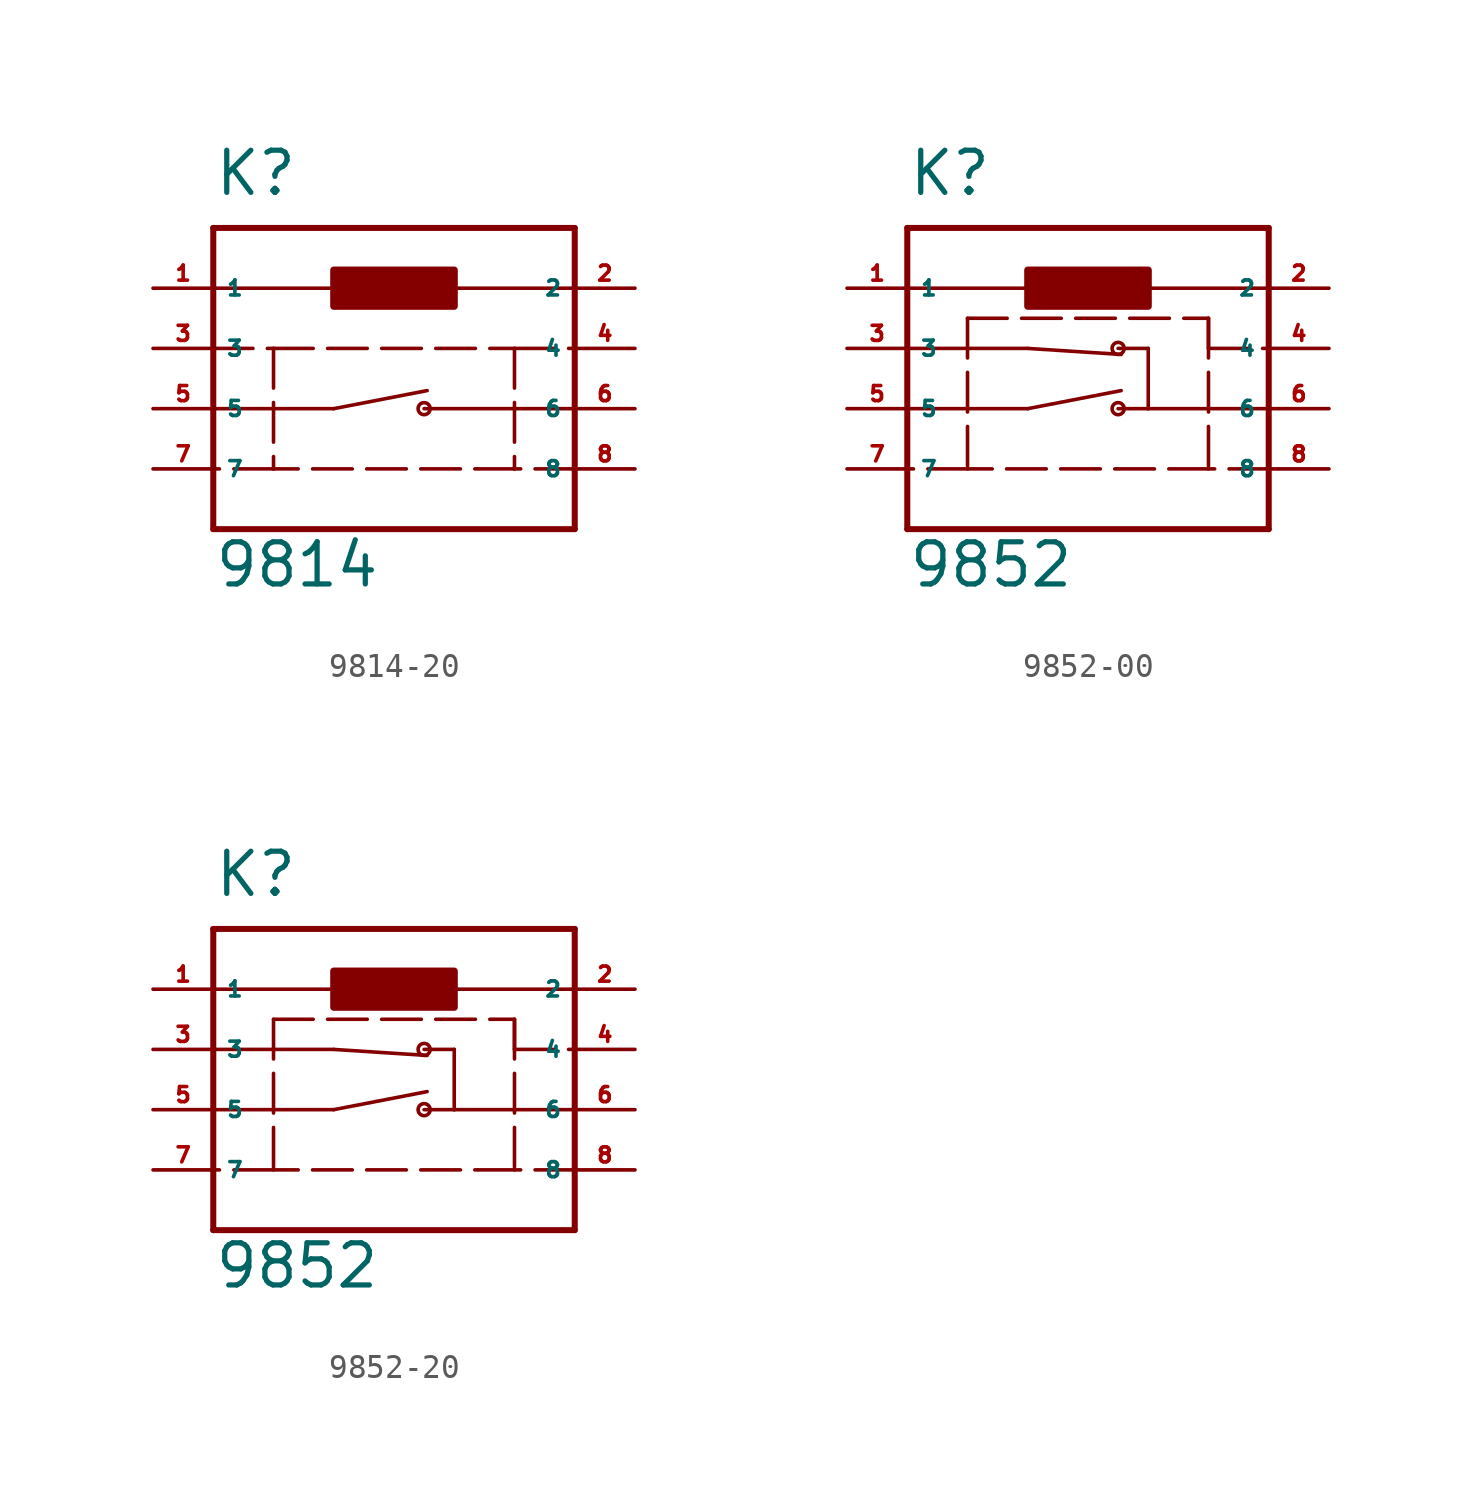
<source format=kicad_sym>
(kicad_symbol_lib
  (version 20220914)
  (generator Eagle2Kicad)
  (symbol "9814-20"
    (property "Reference" "K"
      (at -7.62 6.35 0)
      (effects (font (size 1.778 1.778) (thickness 0.22)) (justify left bottom)))
    (property "Value" "9814"
      (at -7.62 -10.16 0)
      (effects (font (size 1.778 1.778) (thickness 0.22)) (justify left bottom)))
    (polyline
      (pts (xy -7.62 2.54) (xy 7.62 2.54))
      (stroke (width 0.152) (type default))
      (fill (type none)))
    (polyline
      (pts (xy -7.62 0) (xy -5.08 0))
      (stroke (width 0.152) (type dash))
      (fill (type none)))
    (polyline
      (pts (xy -5.08 0) (xy 5.08 0))
      (stroke (width 0.152) (type dash))
      (fill (type none)))
    (polyline
      (pts (xy 5.08 0) (xy 7.62 0))
      (stroke (width 0.152) (type dash))
      (fill (type none)))
    (polyline
      (pts (xy 7.62 -5.08) (xy 5.08 -5.08))
      (stroke (width 0.152) (type dash))
      (fill (type none)))
    (polyline
      (pts (xy 5.08 -5.08) (xy -5.08 -5.08))
      (stroke (width 0.152) (type dash))
      (fill (type none)))
    (polyline
      (pts (xy -5.08 -5.08) (xy -7.62 -5.08))
      (stroke (width 0.152) (type dash))
      (fill (type none)))
    (polyline
      (pts (xy -5.08 0) (xy -5.08 -5.08))
      (stroke (width 0.152) (type dash))
      (fill (type none)))
    (polyline
      (pts (xy 5.08 0) (xy 5.08 -5.08))
      (stroke (width 0.152) (type dash))
      (fill (type none)))
    (polyline
      (pts (xy -7.62 5.08) (xy 7.62 5.08))
      (stroke (width 0.254) (type default))
      (fill (type none)))
    (polyline
      (pts (xy 7.62 5.08) (xy 7.62 -7.62))
      (stroke (width 0.254) (type default))
      (fill (type none)))
    (polyline
      (pts (xy 7.62 -7.62) (xy -7.62 -7.62))
      (stroke (width 0.254) (type default))
      (fill (type none)))
    (polyline
      (pts (xy -7.62 -7.62) (xy -7.62 5.08))
      (stroke (width 0.254) (type default))
      (fill (type none)))
    (polyline
      (pts (xy -7.62 -2.54) (xy -2.54 -2.54))
      (stroke (width 0.152) (type default))
      (fill (type none)))
    (polyline
      (pts (xy -2.54 -2.54) (xy 1.397 -1.778))
      (stroke (width 0.152) (type default))
      (fill (type none)))
    (polyline
      (pts (xy 1.27 -2.54) (xy 7.62 -2.54))
      (stroke (width 0.152) (type default))
      (fill (type none)))
    (circle
      (center 1.27 -2.54)
      (radius 0.254)
      (stroke (width 0) (type default))
      (fill (type none)))
    (rectangle
      (start -2.54 1.778)
      (end 2.54 3.302)
      (stroke (width 0.3) (type default))
      (fill (type outline)))
    (pin passive line
      (at -10.16 2.54 0)
      (length 2.54)
      (name "1" (effects (font (size 0.635 0.635) (thickness 0.08)) (justify left bottom)))
      (number "1" (effects (font (size 0.635 0.635) (thickness 0.08)) (justify left bottom))))
    (pin passive line
      (at 10.16 2.54 180)
      (length 2.54)
      (name "2" (effects (font (size 0.635 0.635) (thickness 0.08)) (justify left bottom)))
      (number "2" (effects (font (size 0.635 0.635) (thickness 0.08)) (justify left bottom))))
    (pin passive line
      (at -10.16 0 0)
      (length 2.54)
      (name "3" (effects (font (size 0.635 0.635) (thickness 0.08)) (justify left bottom)))
      (number "3" (effects (font (size 0.635 0.635) (thickness 0.08)) (justify left bottom))))
    (pin passive line
      (at 10.16 0 180)
      (length 2.54)
      (name "4" (effects (font (size 0.635 0.635) (thickness 0.08)) (justify left bottom)))
      (number "4" (effects (font (size 0.635 0.635) (thickness 0.08)) (justify left bottom))))
    (pin passive line
      (at -10.16 -2.54 0)
      (length 2.54)
      (name "5" (effects (font (size 0.635 0.635) (thickness 0.08)) (justify left bottom)))
      (number "5" (effects (font (size 0.635 0.635) (thickness 0.08)) (justify left bottom))))
    (pin passive line
      (at 10.16 -2.54 180)
      (length 2.54)
      (name "6" (effects (font (size 0.635 0.635) (thickness 0.08)) (justify left bottom)))
      (number "6" (effects (font (size 0.635 0.635) (thickness 0.08)) (justify left bottom))))
    (pin passive line
      (at -10.16 -5.08 0)
      (length 2.54)
      (name "7" (effects (font (size 0.635 0.635) (thickness 0.08)) (justify left bottom)))
      (number "7" (effects (font (size 0.635 0.635) (thickness 0.08)) (justify left bottom))))
    (pin passive line
      (at 10.16 -5.08 180)
      (length 2.54)
      (name "8" (effects (font (size 0.635 0.635) (thickness 0.08)) (justify left bottom)))
      (number "8" (effects (font (size 0.635 0.635) (thickness 0.08)) (justify left bottom)))))
  (symbol "9852-00"
    (property "Reference" "K"
      (at -7.62 6.35 0)
      (effects (font (size 1.778 1.778) (thickness 0.22)) (justify left bottom)))
    (property "Value" "9852"
      (at -7.62 -10.16 0)
      (effects (font (size 1.778 1.778) (thickness 0.22)) (justify left bottom)))
    (polyline
      (pts (xy -7.62 2.54) (xy 7.62 2.54))
      (stroke (width 0.152) (type default))
      (fill (type none)))
    (polyline
      (pts (xy -5.08 1.27) (xy 5.08 1.27))
      (stroke (width 0.152) (type dash))
      (fill (type none)))
    (polyline
      (pts (xy 5.08 1.27) (xy 5.08 0))
      (stroke (width 0.152) (type dash))
      (fill (type none)))
    (polyline
      (pts (xy 5.08 0) (xy 7.62 0))
      (stroke (width 0.152) (type dash))
      (fill (type none)))
    (polyline
      (pts (xy 7.62 -5.08) (xy 5.08 -5.08))
      (stroke (width 0.152) (type dash))
      (fill (type none)))
    (polyline
      (pts (xy 5.08 -5.08) (xy -5.08 -5.08))
      (stroke (width 0.152) (type dash))
      (fill (type none)))
    (polyline
      (pts (xy -5.08 1.27) (xy -5.08 -5.08))
      (stroke (width 0.152) (type dash))
      (fill (type none)))
    (polyline
      (pts (xy 5.08 1.27) (xy 5.08 -5.08))
      (stroke (width 0.152) (type dash))
      (fill (type none)))
    (polyline
      (pts (xy -7.62 -2.54) (xy -2.54 -2.54))
      (stroke (width 0.152) (type default))
      (fill (type none)))
    (polyline
      (pts (xy -2.54 -2.54) (xy 1.397 -1.778))
      (stroke (width 0.152) (type default))
      (fill (type none)))
    (polyline
      (pts (xy -7.62 5.08) (xy 7.62 5.08))
      (stroke (width 0.254) (type default))
      (fill (type none)))
    (polyline
      (pts (xy 7.62 5.08) (xy 7.62 -7.62))
      (stroke (width 0.254) (type default))
      (fill (type none)))
    (polyline
      (pts (xy 7.62 -7.62) (xy -7.62 -7.62))
      (stroke (width 0.254) (type default))
      (fill (type none)))
    (polyline
      (pts (xy -7.62 -7.62) (xy -7.62 -5.08))
      (stroke (width 0.254) (type default))
      (fill (type none)))
    (polyline
      (pts (xy -7.62 -5.08) (xy -7.62 0))
      (stroke (width 0.254) (type default))
      (fill (type none)))
    (polyline
      (pts (xy -7.62 0) (xy -7.62 5.08))
      (stroke (width 0.254) (type default))
      (fill (type none)))
    (polyline
      (pts (xy -7.62 0) (xy -2.54 0))
      (stroke (width 0.152) (type default))
      (fill (type none)))
    (polyline
      (pts (xy -2.54 0) (xy 1.397 -0.254))
      (stroke (width 0.152) (type default))
      (fill (type none)))
    (polyline
      (pts (xy 1.27 -2.54) (xy 2.54 -2.54))
      (stroke (width 0.152) (type default))
      (fill (type none)))
    (polyline
      (pts (xy 2.54 -2.54) (xy 7.62 -2.54))
      (stroke (width 0.152) (type default))
      (fill (type none)))
    (polyline
      (pts (xy 2.54 -2.54) (xy 2.54 0))
      (stroke (width 0.152) (type default))
      (fill (type none)))
    (polyline
      (pts (xy 2.54 0) (xy 1.27 0))
      (stroke (width 0.152) (type default))
      (fill (type none)))
    (polyline
      (pts (xy -5.08 -5.08) (xy -7.62 -5.08))
      (stroke (width 0.152) (type dash))
      (fill (type none)))
    (circle
      (center 1.27 -2.54)
      (radius 0.254)
      (stroke (width 0) (type default))
      (fill (type none)))
    (circle
      (center 1.27 0)
      (radius 0.254)
      (stroke (width 0) (type default))
      (fill (type none)))
    (rectangle
      (start -2.54 1.778)
      (end 2.54 3.302)
      (stroke (width 0.3) (type default))
      (fill (type outline)))
    (pin passive line
      (at -10.16 2.54 0)
      (length 2.54)
      (name "1" (effects (font (size 0.635 0.635) (thickness 0.08)) (justify left bottom)))
      (number "1" (effects (font (size 0.635 0.635) (thickness 0.08)) (justify left bottom))))
    (pin passive line
      (at 10.16 2.54 180)
      (length 2.54)
      (name "2" (effects (font (size 0.635 0.635) (thickness 0.08)) (justify left bottom)))
      (number "2" (effects (font (size 0.635 0.635) (thickness 0.08)) (justify left bottom))))
    (pin passive line
      (at -10.16 0 0)
      (length 2.54)
      (name "3" (effects (font (size 0.635 0.635) (thickness 0.08)) (justify left bottom)))
      (number "3" (effects (font (size 0.635 0.635) (thickness 0.08)) (justify left bottom))))
    (pin passive line
      (at 10.16 0 180)
      (length 2.54)
      (name "4" (effects (font (size 0.635 0.635) (thickness 0.08)) (justify left bottom)))
      (number "4" (effects (font (size 0.635 0.635) (thickness 0.08)) (justify left bottom))))
    (pin passive line
      (at -10.16 -2.54 0)
      (length 2.54)
      (name "5" (effects (font (size 0.635 0.635) (thickness 0.08)) (justify left bottom)))
      (number "5" (effects (font (size 0.635 0.635) (thickness 0.08)) (justify left bottom))))
    (pin passive line
      (at 10.16 -2.54 180)
      (length 2.54)
      (name "6" (effects (font (size 0.635 0.635) (thickness 0.08)) (justify left bottom)))
      (number "6" (effects (font (size 0.635 0.635) (thickness 0.08)) (justify left bottom))))
    (pin passive line
      (at -10.16 -5.08 0)
      (length 2.54)
      (name "7" (effects (font (size 0.635 0.635) (thickness 0.08)) (justify left bottom)))
      (number "7" (effects (font (size 0.635 0.635) (thickness 0.08)) (justify left bottom))))
    (pin passive line
      (at 10.16 -5.08 180)
      (length 2.54)
      (name "8" (effects (font (size 0.635 0.635) (thickness 0.08)) (justify left bottom)))
      (number "8" (effects (font (size 0.635 0.635) (thickness 0.08)) (justify left bottom)))))
  (symbol "9852-20"
    (property "Reference" "K"
      (at -7.62 6.35 0)
      (effects (font (size 1.778 1.778) (thickness 0.22)) (justify left bottom)))
    (property "Value" "9852"
      (at -7.62 -10.16 0)
      (effects (font (size 1.778 1.778) (thickness 0.22)) (justify left bottom)))
    (polyline
      (pts (xy -7.62 2.54) (xy 7.62 2.54))
      (stroke (width 0.152) (type default))
      (fill (type none)))
    (polyline
      (pts (xy -5.08 1.27) (xy 5.08 1.27))
      (stroke (width 0.152) (type dash))
      (fill (type none)))
    (polyline
      (pts (xy 5.08 1.27) (xy 5.08 0))
      (stroke (width 0.152) (type dash))
      (fill (type none)))
    (polyline
      (pts (xy 5.08 0) (xy 7.62 0))
      (stroke (width 0.152) (type dash))
      (fill (type none)))
    (polyline
      (pts (xy 7.62 -5.08) (xy 5.08 -5.08))
      (stroke (width 0.152) (type dash))
      (fill (type none)))
    (polyline
      (pts (xy 5.08 -5.08) (xy -5.08 -5.08))
      (stroke (width 0.152) (type dash))
      (fill (type none)))
    (polyline
      (pts (xy -5.08 1.27) (xy -5.08 -5.08))
      (stroke (width 0.152) (type dash))
      (fill (type none)))
    (polyline
      (pts (xy 5.08 1.27) (xy 5.08 -5.08))
      (stroke (width 0.152) (type dash))
      (fill (type none)))
    (polyline
      (pts (xy -7.62 -2.54) (xy -2.54 -2.54))
      (stroke (width 0.152) (type default))
      (fill (type none)))
    (polyline
      (pts (xy -2.54 -2.54) (xy 1.397 -1.778))
      (stroke (width 0.152) (type default))
      (fill (type none)))
    (polyline
      (pts (xy -7.62 5.08) (xy 7.62 5.08))
      (stroke (width 0.254) (type default))
      (fill (type none)))
    (polyline
      (pts (xy 7.62 5.08) (xy 7.62 -7.62))
      (stroke (width 0.254) (type default))
      (fill (type none)))
    (polyline
      (pts (xy 7.62 -7.62) (xy -7.62 -7.62))
      (stroke (width 0.254) (type default))
      (fill (type none)))
    (polyline
      (pts (xy -7.62 -7.62) (xy -7.62 -5.08))
      (stroke (width 0.254) (type default))
      (fill (type none)))
    (polyline
      (pts (xy -7.62 -5.08) (xy -7.62 0))
      (stroke (width 0.254) (type default))
      (fill (type none)))
    (polyline
      (pts (xy -7.62 0) (xy -7.62 5.08))
      (stroke (width 0.254) (type default))
      (fill (type none)))
    (polyline
      (pts (xy -7.62 0) (xy -2.54 0))
      (stroke (width 0.152) (type default))
      (fill (type none)))
    (polyline
      (pts (xy -2.54 0) (xy 1.397 -0.254))
      (stroke (width 0.152) (type default))
      (fill (type none)))
    (polyline
      (pts (xy 1.27 -2.54) (xy 2.54 -2.54))
      (stroke (width 0.152) (type default))
      (fill (type none)))
    (polyline
      (pts (xy 2.54 -2.54) (xy 7.62 -2.54))
      (stroke (width 0.152) (type default))
      (fill (type none)))
    (polyline
      (pts (xy 2.54 -2.54) (xy 2.54 0))
      (stroke (width 0.152) (type default))
      (fill (type none)))
    (polyline
      (pts (xy 2.54 0) (xy 1.27 0))
      (stroke (width 0.152) (type default))
      (fill (type none)))
    (polyline
      (pts (xy -5.08 -5.08) (xy -7.62 -5.08))
      (stroke (width 0.152) (type dash))
      (fill (type none)))
    (circle
      (center 1.27 -2.54)
      (radius 0.254)
      (stroke (width 0) (type default))
      (fill (type none)))
    (circle
      (center 1.27 0)
      (radius 0.254)
      (stroke (width 0) (type default))
      (fill (type none)))
    (rectangle
      (start -2.54 1.778)
      (end 2.54 3.302)
      (stroke (width 0.3) (type default))
      (fill (type outline)))
    (pin passive line
      (at -10.16 2.54 0)
      (length 2.54)
      (name "1" (effects (font (size 0.635 0.635) (thickness 0.08)) (justify left bottom)))
      (number "1" (effects (font (size 0.635 0.635) (thickness 0.08)) (justify left bottom))))
    (pin passive line
      (at 10.16 2.54 180)
      (length 2.54)
      (name "2" (effects (font (size 0.635 0.635) (thickness 0.08)) (justify left bottom)))
      (number "2" (effects (font (size 0.635 0.635) (thickness 0.08)) (justify left bottom))))
    (pin passive line
      (at -10.16 0 0)
      (length 2.54)
      (name "3" (effects (font (size 0.635 0.635) (thickness 0.08)) (justify left bottom)))
      (number "3" (effects (font (size 0.635 0.635) (thickness 0.08)) (justify left bottom))))
    (pin passive line
      (at 10.16 0 180)
      (length 2.54)
      (name "4" (effects (font (size 0.635 0.635) (thickness 0.08)) (justify left bottom)))
      (number "4" (effects (font (size 0.635 0.635) (thickness 0.08)) (justify left bottom))))
    (pin passive line
      (at -10.16 -2.54 0)
      (length 2.54)
      (name "5" (effects (font (size 0.635 0.635) (thickness 0.08)) (justify left bottom)))
      (number "5" (effects (font (size 0.635 0.635) (thickness 0.08)) (justify left bottom))))
    (pin passive line
      (at 10.16 -2.54 180)
      (length 2.54)
      (name "6" (effects (font (size 0.635 0.635) (thickness 0.08)) (justify left bottom)))
      (number "6" (effects (font (size 0.635 0.635) (thickness 0.08)) (justify left bottom))))
    (pin passive line
      (at -10.16 -5.08 0)
      (length 2.54)
      (name "7" (effects (font (size 0.635 0.635) (thickness 0.08)) (justify left bottom)))
      (number "7" (effects (font (size 0.635 0.635) (thickness 0.08)) (justify left bottom))))
    (pin passive line
      (at 10.16 -5.08 180)
      (length 2.54)
      (name "8" (effects (font (size 0.635 0.635) (thickness 0.08)) (justify left bottom)))
      (number "8" (effects (font (size 0.635 0.635) (thickness 0.08)) (justify left bottom))))))
</source>
